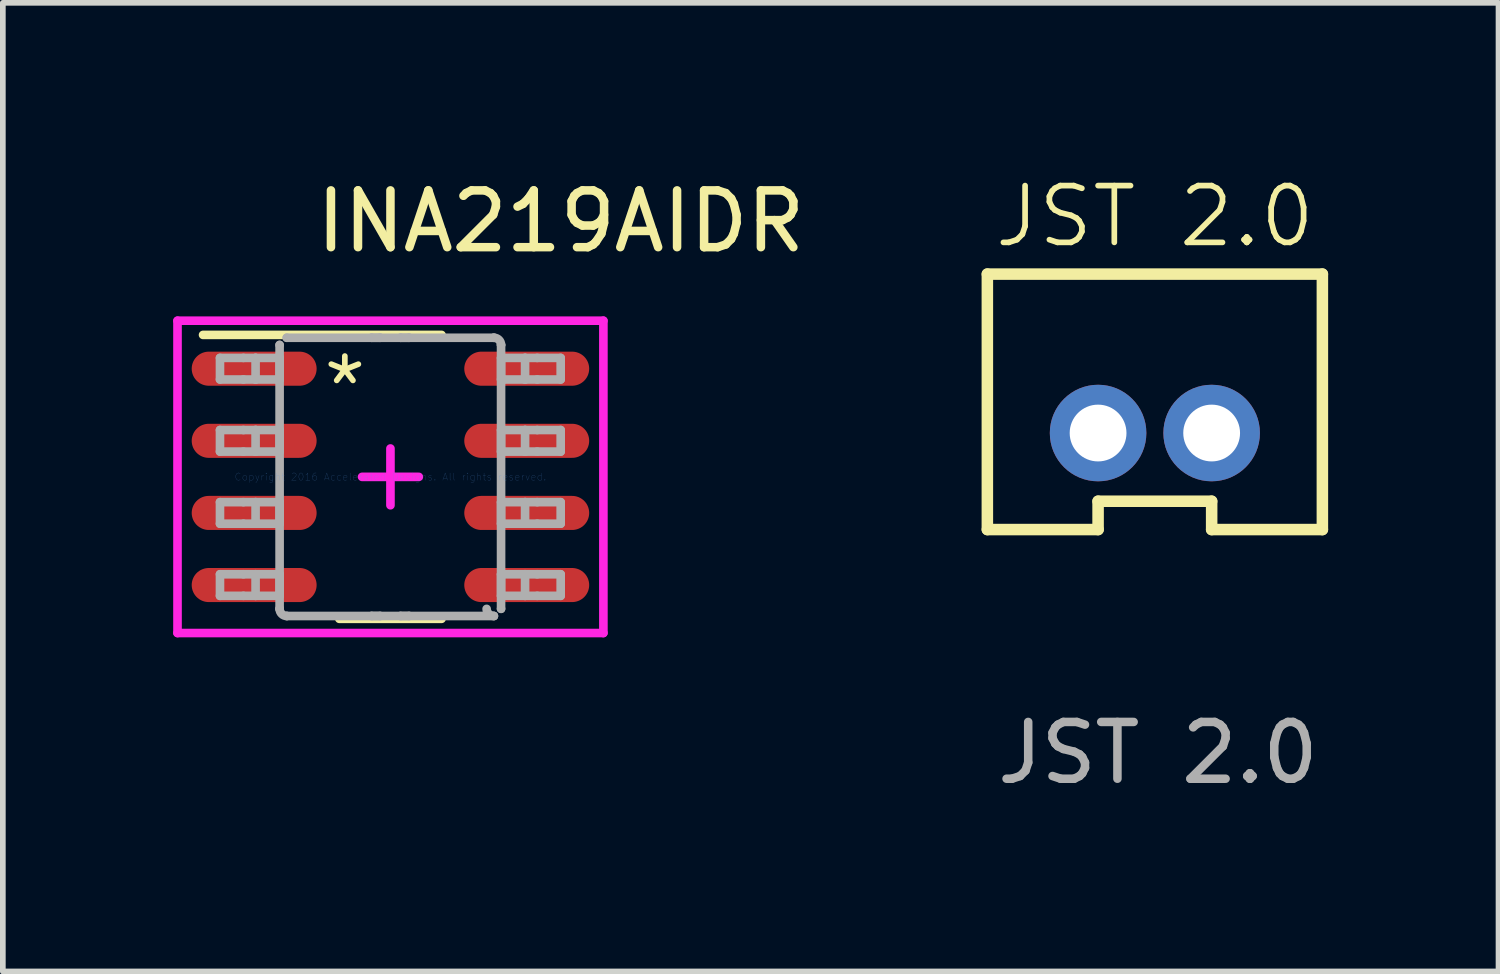
<source format=kicad_pcb>
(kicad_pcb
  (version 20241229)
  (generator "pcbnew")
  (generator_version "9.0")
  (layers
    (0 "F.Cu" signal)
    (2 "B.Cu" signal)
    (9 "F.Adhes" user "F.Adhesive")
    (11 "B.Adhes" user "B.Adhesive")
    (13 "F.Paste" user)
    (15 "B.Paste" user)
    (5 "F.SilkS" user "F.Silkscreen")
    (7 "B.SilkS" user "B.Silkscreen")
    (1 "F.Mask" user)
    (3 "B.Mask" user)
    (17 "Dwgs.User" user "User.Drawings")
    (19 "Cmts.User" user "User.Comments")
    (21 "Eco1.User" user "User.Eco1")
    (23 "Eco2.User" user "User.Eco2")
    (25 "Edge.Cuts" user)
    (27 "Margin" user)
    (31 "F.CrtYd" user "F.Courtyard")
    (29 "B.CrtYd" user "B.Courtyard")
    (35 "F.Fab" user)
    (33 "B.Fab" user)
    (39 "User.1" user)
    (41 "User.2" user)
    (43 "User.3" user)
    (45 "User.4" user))
  (footprint "INA219AIDR"
    (layer "F.Cu")
    (at 3.826 5.348)
    (property "Reference" "INA219AIDR" (at 3 -4.5 0) (layer "F.SilkS") (effects (font (size 1 1) (thickness 0.15))))
    (attr through_hole)
    (fp_line (start -3.3 -2.5) (end 0.9 -2.5) (stroke (width 0.152) (type solid)) (layer "F.SilkS"))
    (fp_line (start -0.9 2.5) (end 0.9 2.5) (stroke (width 0.152) (type solid)) (layer "F.SilkS"))
    (fp_line (start -3.75 -2.75) (end 3.75 -2.75) (stroke (width 0.152) (type solid)) (layer "F.CrtYd"))
    (fp_line (start -3.75 2.75) (end -3.75 -2.75) (stroke (width 0.152) (type solid)) (layer "F.CrtYd"))
    (fp_line (start -3.75 2.75) (end 3.75 2.75) (stroke (width 0.152) (type solid)) (layer "F.CrtYd"))
    (fp_line (start -0.5 0) (end 0.5 0) (stroke (width 0.152) (type solid)) (layer "F.CrtYd"))
    (fp_line (start 0 0.5) (end 0 -0.5) (stroke (width 0.152) (type solid)) (layer "F.CrtYd"))
    (fp_line (start 3.75 2.75) (end 3.75 -2.75) (stroke (width 0.152) (type solid)) (layer "F.CrtYd"))
    (fp_line (start -3.002 -2.095) (end -2.589 -2.095) (stroke (width 0.152) (type solid)) (layer "F.Fab"))
    (fp_line (start -3.002 -1.715) (end -3.002 -2.095) (stroke (width 0.152) (type solid)) (layer "F.Fab"))
    (fp_line (start -3.002 -1.715) (end -2.589 -1.715) (stroke (width 0.152) (type solid)) (layer "F.Fab"))
    (fp_line (start -3.002 -0.825) (end -2.589 -0.825) (stroke (width 0.152) (type solid)) (layer "F.Fab"))
    (fp_line (start -3.002 -0.445) (end -3.002 -0.825) (stroke (width 0.152) (type solid)) (layer "F.Fab"))
    (fp_line (start -3.002 -0.445) (end -2.589 -0.445) (stroke (width 0.152) (type solid)) (layer "F.Fab"))
    (fp_line (start -3.002 0.445) (end -2.589 0.445) (stroke (width 0.152) (type solid)) (layer "F.Fab"))
    (fp_line (start -3.002 0.825) (end -3.002 0.445) (stroke (width 0.152) (type solid)) (layer "F.Fab"))
    (fp_line (start -3.002 0.825) (end -2.589 0.825) (stroke (width 0.152) (type solid)) (layer "F.Fab"))
    (fp_line (start -3.002 1.715) (end -2.589 1.715) (stroke (width 0.152) (type solid)) (layer "F.Fab"))
    (fp_line (start -3.002 2.095) (end -3.002 1.715) (stroke (width 0.152) (type solid)) (layer "F.Fab"))
    (fp_line (start -3.002 2.095) (end -2.589 2.095) (stroke (width 0.152) (type solid)) (layer "F.Fab"))
    (fp_line (start -2.589 -2.095) (end -2.375 -2.095) (stroke (width 0.152) (type solid)) (layer "F.Fab"))
    (fp_line (start -2.589 -1.715) (end -2.375 -1.715) (stroke (width 0.152) (type solid)) (layer "F.Fab"))
    (fp_line (start -2.589 -0.825) (end -2.375 -0.825) (stroke (width 0.152) (type solid)) (layer "F.Fab"))
    (fp_line (start -2.589 -0.445) (end -2.375 -0.445) (stroke (width 0.152) (type solid)) (layer "F.Fab"))
    (fp_line (start -2.589 0.445) (end -2.375 0.445) (stroke (width 0.152) (type solid)) (layer "F.Fab"))
    (fp_line (start -2.589 0.825) (end -2.375 0.825) (stroke (width 0.152) (type solid)) (layer "F.Fab"))
    (fp_line (start -2.589 1.715) (end -2.375 1.715) (stroke (width 0.152) (type solid)) (layer "F.Fab"))
    (fp_line (start -2.589 2.095) (end -2.375 2.095) (stroke (width 0.152) (type solid)) (layer "F.Fab"))
    (fp_line (start -2.375 -2.095) (end -1.995 -2.095) (stroke (width 0.152) (type solid)) (layer "F.Fab"))
    (fp_line (start -2.375 -1.715) (end -2.375 -2.095) (stroke (width 0.152) (type solid)) (layer "F.Fab"))
    (fp_line (start -2.375 -1.715) (end -1.995 -1.715) (stroke (width 0.152) (type solid)) (layer "F.Fab"))
    (fp_line (start -2.375 -0.825) (end -1.995 -0.825) (stroke (width 0.152) (type solid)) (layer "F.Fab"))
    (fp_line (start -2.375 -0.445) (end -2.375 -0.825) (stroke (width 0.152) (type solid)) (layer "F.Fab"))
    (fp_line (start -2.375 -0.445) (end -1.995 -0.445) (stroke (width 0.152) (type solid)) (layer "F.Fab"))
    (fp_line (start -2.375 0.445) (end -1.995 0.445) (stroke (width 0.152) (type solid)) (layer "F.Fab"))
    (fp_line (start -2.375 0.825) (end -2.375 0.445) (stroke (width 0.152) (type solid)) (layer "F.Fab"))
    (fp_line (start -2.375 0.825) (end -1.995 0.825) (stroke (width 0.152) (type solid)) (layer "F.Fab"))
    (fp_line (start -2.375 1.715) (end -1.995 1.715) (stroke (width 0.152) (type solid)) (layer "F.Fab"))
    (fp_line (start -2.375 2.095) (end -2.375 1.715) (stroke (width 0.152) (type solid)) (layer "F.Fab"))
    (fp_line (start -2.375 2.095) (end -1.995 2.095) (stroke (width 0.152) (type solid)) (layer "F.Fab"))
    (fp_line (start -1.995 -2.095) (end -1.952 -2.095) (stroke (width 0.152) (type solid)) (layer "F.Fab"))
    (fp_line (start -1.995 -1.715) (end -1.952 -1.715) (stroke (width 0.152) (type solid)) (layer "F.Fab"))
    (fp_line (start -1.995 -0.825) (end -1.952 -0.825) (stroke (width 0.152) (type solid)) (layer "F.Fab"))
    (fp_line (start -1.995 -0.445) (end -1.952 -0.445) (stroke (width 0.152) (type solid)) (layer "F.Fab"))
    (fp_line (start -1.995 0.445) (end -1.952 0.445) (stroke (width 0.152) (type solid)) (layer "F.Fab"))
    (fp_line (start -1.995 0.825) (end -1.952 0.825) (stroke (width 0.152) (type solid)) (layer "F.Fab"))
    (fp_line (start -1.995 1.715) (end -1.952 1.715) (stroke (width 0.152) (type solid)) (layer "F.Fab"))
    (fp_line (start -1.995 2.095) (end -1.952 2.095) (stroke (width 0.152) (type solid)) (layer "F.Fab"))
    (fp_line (start -1.952 -2.323) (end -1.952 -2.324) (stroke (width 0.152) (type solid)) (layer "F.Fab"))
    (fp_line (start -1.952 -1.715) (end -1.952 -2.095) (stroke (width 0.152) (type solid)) (layer "F.Fab"))
    (fp_line (start -1.952 -0.445) (end -1.952 -0.825) (stroke (width 0.152) (type solid)) (layer "F.Fab"))
    (fp_line (start -1.952 0.825) (end -1.952 0.445) (stroke (width 0.152) (type solid)) (layer "F.Fab"))
    (fp_line (start -1.952 2.095) (end -1.952 1.715) (stroke (width 0.152) (type solid)) (layer "F.Fab"))
    (fp_line (start -1.952 2.323) (end -1.952 -2.323) (stroke (width 0.152) (type solid)) (layer "F.Fab"))
    (fp_line (start -1.952 2.324) (end -1.952 2.323) (stroke (width 0.152) (type solid)) (layer "F.Fab"))
    (fp_line (start -1.826 -2.45) (end -1.825 -2.45) (stroke (width 0.152) (type solid)) (layer "F.Fab"))
    (fp_line (start -1.826 2.45) (end -1.825 2.45) (stroke (width 0.152) (type solid)) (layer "F.Fab"))
    (fp_line (start -1.825 -2.45) (end -0.332 -2.45) (stroke (width 0.152) (type solid)) (layer "F.Fab"))
    (fp_line (start -1.825 2.45) (end -0.332 2.45) (stroke (width 0.152) (type solid)) (layer "F.Fab"))
    (fp_line (start -0.332 -2.45) (end -0.182 -2.45) (stroke (width 0.152) (type solid)) (layer "F.Fab"))
    (fp_line (start -0.332 -2.45) (end -0.182 -2.45) (stroke (width 0.152) (type solid)) (layer "F.Fab"))
    (fp_line (start -0.332 2.45) (end -0.182 2.45) (stroke (width 0.152) (type solid)) (layer "F.Fab"))
    (fp_line (start -0.332 2.45) (end -0.182 2.45) (stroke (width 0.152) (type solid)) (layer "F.Fab"))
    (fp_line (start -0.182 -2.45) (end 0.178 -2.45) (stroke (width 0.152) (type solid)) (layer "F.Fab"))
    (fp_line (start -0.182 2.45) (end 0.178 2.45) (stroke (width 0.152) (type solid)) (layer "F.Fab"))
    (fp_line (start 0.178 -2.45) (end 0.328 -2.45) (stroke (width 0.152) (type solid)) (layer "F.Fab"))
    (fp_line (start 0.178 -2.45) (end 0.328 -2.45) (stroke (width 0.152) (type solid)) (layer "F.Fab"))
    (fp_line (start 0.178 2.45) (end 0.328 2.45) (stroke (width 0.152) (type solid)) (layer "F.Fab"))
    (fp_line (start 0.178 2.45) (end 0.328 2.45) (stroke (width 0.152) (type solid)) (layer "F.Fab"))
    (fp_line (start 0.328 -2.45) (end 1.821 -2.45) (stroke (width 0.152) (type solid)) (layer "F.Fab"))
    (fp_line (start 0.328 2.45) (end 1.821 2.45) (stroke (width 0.152) (type solid)) (layer "F.Fab"))
    (fp_line (start 1.821 -2.45) (end 1.822 -2.45) (stroke (width 0.152) (type solid)) (layer "F.Fab"))
    (fp_line (start 1.821 2.45) (end 1.822 2.45) (stroke (width 0.152) (type solid)) (layer "F.Fab"))
    (fp_line (start 1.948 -2.323) (end 1.948 -2.324) (stroke (width 0.152) (type solid)) (layer "F.Fab"))
    (fp_line (start 1.948 -2.095) (end 1.991 -2.095) (stroke (width 0.152) (type solid)) (layer "F.Fab"))
    (fp_line (start 1.948 -1.715) (end 1.948 -2.095) (stroke (width 0.152) (type solid)) (layer "F.Fab"))
    (fp_line (start 1.948 -1.715) (end 1.991 -1.715) (stroke (width 0.152) (type solid)) (layer "F.Fab"))
    (fp_line (start 1.948 -0.825) (end 1.991 -0.825) (stroke (width 0.152) (type solid)) (layer "F.Fab"))
    (fp_line (start 1.948 -0.445) (end 1.948 -0.825) (stroke (width 0.152) (type solid)) (layer "F.Fab"))
    (fp_line (start 1.948 -0.445) (end 1.991 -0.445) (stroke (width 0.152) (type solid)) (layer "F.Fab"))
    (fp_line (start 1.948 0.445) (end 1.991 0.445) (stroke (width 0.152) (type solid)) (layer "F.Fab"))
    (fp_line (start 1.948 0.825) (end 1.948 0.445) (stroke (width 0.152) (type solid)) (layer "F.Fab"))
    (fp_line (start 1.948 0.825) (end 1.991 0.825) (stroke (width 0.152) (type solid)) (layer "F.Fab"))
    (fp_line (start 1.948 1.715) (end 1.991 1.715) (stroke (width 0.152) (type solid)) (layer "F.Fab"))
    (fp_line (start 1.948 2.095) (end 1.948 1.715) (stroke (width 0.152) (type solid)) (layer "F.Fab"))
    (fp_line (start 1.948 2.095) (end 1.991 2.095) (stroke (width 0.152) (type solid)) (layer "F.Fab"))
    (fp_line (start 1.948 2.323) (end 1.948 -2.323) (stroke (width 0.152) (type solid)) (layer "F.Fab"))
    (fp_line (start 1.948 2.324) (end 1.948 2.323) (stroke (width 0.152) (type solid)) (layer "F.Fab"))
    (fp_line (start 1.991 -2.095) (end 2.371 -2.095) (stroke (width 0.152) (type solid)) (layer "F.Fab"))
    (fp_line (start 1.991 -1.715) (end 2.371 -1.715) (stroke (width 0.152) (type solid)) (layer "F.Fab"))
    (fp_line (start 1.991 -0.825) (end 2.371 -0.825) (stroke (width 0.152) (type solid)) (layer "F.Fab"))
    (fp_line (start 1.991 -0.445) (end 2.371 -0.445) (stroke (width 0.152) (type solid)) (layer "F.Fab"))
    (fp_line (start 1.991 0.445) (end 2.371 0.445) (stroke (width 0.152) (type solid)) (layer "F.Fab"))
    (fp_line (start 1.991 0.825) (end 2.371 0.825) (stroke (width 0.152) (type solid)) (layer "F.Fab"))
    (fp_line (start 1.991 1.715) (end 2.371 1.715) (stroke (width 0.152) (type solid)) (layer "F.Fab"))
    (fp_line (start 1.991 2.095) (end 2.371 2.095) (stroke (width 0.152) (type solid)) (layer "F.Fab"))
    (fp_line (start 2.371 -2.095) (end 2.585 -2.095) (stroke (width 0.152) (type solid)) (layer "F.Fab"))
    (fp_line (start 2.371 -1.715) (end 2.371 -2.095) (stroke (width 0.152) (type solid)) (layer "F.Fab"))
    (fp_line (start 2.371 -1.715) (end 2.585 -1.715) (stroke (width 0.152) (type solid)) (layer "F.Fab"))
    (fp_line (start 2.371 -0.825) (end 2.585 -0.825) (stroke (width 0.152) (type solid)) (layer "F.Fab"))
    (fp_line (start 2.371 -0.445) (end 2.371 -0.825) (stroke (width 0.152) (type solid)) (layer "F.Fab"))
    (fp_line (start 2.371 -0.445) (end 2.585 -0.445) (stroke (width 0.152) (type solid)) (layer "F.Fab"))
    (fp_line (start 2.371 0.445) (end 2.585 0.445) (stroke (width 0.152) (type solid)) (layer "F.Fab"))
    (fp_line (start 2.371 0.825) (end 2.371 0.445) (stroke (width 0.152) (type solid)) (layer "F.Fab"))
    (fp_line (start 2.371 0.825) (end 2.585 0.825) (stroke (width 0.152) (type solid)) (layer "F.Fab"))
    (fp_line (start 2.371 1.715) (end 2.585 1.715) (stroke (width 0.152) (type solid)) (layer "F.Fab"))
    (fp_line (start 2.371 2.095) (end 2.371 1.715) (stroke (width 0.152) (type solid)) (layer "F.Fab"))
    (fp_line (start 2.371 2.095) (end 2.585 2.095) (stroke (width 0.152) (type solid)) (layer "F.Fab"))
    (fp_line (start 2.585 -2.095) (end 2.998 -2.095) (stroke (width 0.152) (type solid)) (layer "F.Fab"))
    (fp_line (start 2.585 -1.715) (end 2.998 -1.715) (stroke (width 0.152) (type solid)) (layer "F.Fab"))
    (fp_line (start 2.585 -0.825) (end 2.998 -0.825) (stroke (width 0.152) (type solid)) (layer "F.Fab"))
    (fp_line (start 2.585 -0.445) (end 2.998 -0.445) (stroke (width 0.152) (type solid)) (layer "F.Fab"))
    (fp_line (start 2.585 0.445) (end 2.998 0.445) (stroke (width 0.152) (type solid)) (layer "F.Fab"))
    (fp_line (start 2.585 0.825) (end 2.998 0.825) (stroke (width 0.152) (type solid)) (layer "F.Fab"))
    (fp_line (start 2.585 1.715) (end 2.998 1.715) (stroke (width 0.152) (type solid)) (layer "F.Fab"))
    (fp_line (start 2.585 2.095) (end 2.998 2.095) (stroke (width 0.152) (type solid)) (layer "F.Fab"))
    (fp_line (start 2.998 -1.715) (end 2.998 -2.095) (stroke (width 0.152) (type solid)) (layer "F.Fab"))
    (fp_line (start 2.998 -0.445) (end 2.998 -0.825) (stroke (width 0.152) (type solid)) (layer "F.Fab"))
    (fp_line (start 2.998 0.825) (end 2.998 0.445) (stroke (width 0.152) (type solid)) (layer "F.Fab"))
    (fp_line (start 2.998 2.095) (end 2.998 1.715) (stroke (width 0.152) (type solid)) (layer "F.Fab"))
    (fp_arc (start -1.824998 2.449995) (mid -1.914137 2.41346) (end -1.951992 2.324873) (stroke (width 0.1524) (type solid)) (layer "F.Fab"))
    (fp_arc (start 1.820989 -2.450005) (mid 1.910127 -2.41347) (end 1.947982 -2.324884) (stroke (width 0.1524) (type solid)) (layer "F.Fab"))
    (fp_arc (start 1.820989 2.449995) (mid 1.73185 2.41346) (end 1.693995 2.324873) (stroke (width 0.1524) (type solid)) (layer "F.Fab"))
    (fp_text user "*" (at -1.25 -1 0) (unlocked yes) (layer "F.SilkS") (effects (font (size 1 1) (thickness 0.1)) (justify left bottom)))
    (fp_text user "Copyright 2016 Accelerated Designs. All rights reserved." (at 0 0 0) (layer "Cmts.User") (effects (font (size 0.127 0.127) (thickness 0.002))))
    (pad "1" smd oval (at -2.4 -1.905 90) (size 0.6 2.2) (layers "F.Cu" "F.Mask" "F.Paste"))
    (pad "2" smd oval (at -2.4 -0.635 90) (size 0.6 2.2) (layers "F.Cu" "F.Mask" "F.Paste"))
    (pad "3" smd oval (at -2.4 0.635 90) (size 0.6 2.2) (layers "F.Cu" "F.Mask" "F.Paste"))
    (pad "4" smd oval (at -2.4 1.905 90) (size 0.6 2.2) (layers "F.Cu" "F.Mask" "F.Paste"))
    (pad "5" smd oval (at 2.4 1.905 90) (size 0.6 2.2) (layers "F.Cu" "F.Mask" "F.Paste"))
    (pad "6" smd oval (at 2.4 0.635 90) (size 0.6 2.2) (layers "F.Cu" "F.Mask" "F.Paste"))
    (pad "7" smd oval (at 2.4 -0.635 90) (size 0.6 2.2) (layers "F.Cu" "F.Mask" "F.Paste"))
    (pad "8" smd oval (at 2.4 -1.905 90) (size 0.6 2.2) (layers "F.Cu" "F.Mask" "F.Paste")))
  (footprint "JST 2.0"
    (layer "F.Cu")
    (at 17.292 4.596)
    (property "Reference" "JST 2.0" (at -0.004 -3.835 0) (unlocked yes) (layer "F.SilkS") (effects (font (size 1 1) (thickness 0.1))))
    (attr smd)
    (fp_line (start -2.954 -2.819) (end -2.954 1.68) (stroke (width 0.203) (type solid)) (layer "F.SilkS"))
    (fp_line (start -2.954 1.68) (end -1.004 1.68) (stroke (width 0.203) (type solid)) (layer "F.SilkS"))
    (fp_line (start -1.004 1.181) (end 0.996 1.181) (stroke (width 0.203) (type solid)) (layer "F.SilkS"))
    (fp_line (start -1.004 1.68) (end -1.004 1.181) (stroke (width 0.203) (type solid)) (layer "F.SilkS"))
    (fp_line (start 0.996 1.181) (end 0.996 1.68) (stroke (width 0.203) (type solid)) (layer "F.SilkS"))
    (fp_line (start 0.996 1.68) (end 2.946 1.68) (stroke (width 0.203) (type solid)) (layer "F.SilkS"))
    (fp_line (start 2.946 -2.819) (end -2.954 -2.819) (stroke (width 0.203) (type solid)) (layer "F.SilkS"))
    (fp_line (start 2.946 1.68) (end 2.946 -2.819) (stroke (width 0.203) (type solid)) (layer "F.SilkS"))
    (fp_text user "${REFERENCE}" (at 0.051 5.613 0) (unlocked yes) (layer "F.Fab") (effects (font (size 1 1) (thickness 0.15))))
    (pad "1" thru_hole circle (at -1.004 -0.02) (size 1.7 1.7) (drill 1) (layers "*.Cu" "*.Mask"))
    (pad "2" thru_hole circle (at 0.996 -0.02) (size 1.7 1.7) (drill 1) (layers "*.Cu" "*.Mask")))
  (gr_rect
    (start -3 -3)
    (end 23.34 14.058)
    (stroke (width 0.1) (type default))
    (fill no)
    (layer "Edge.Cuts")))
</source>
